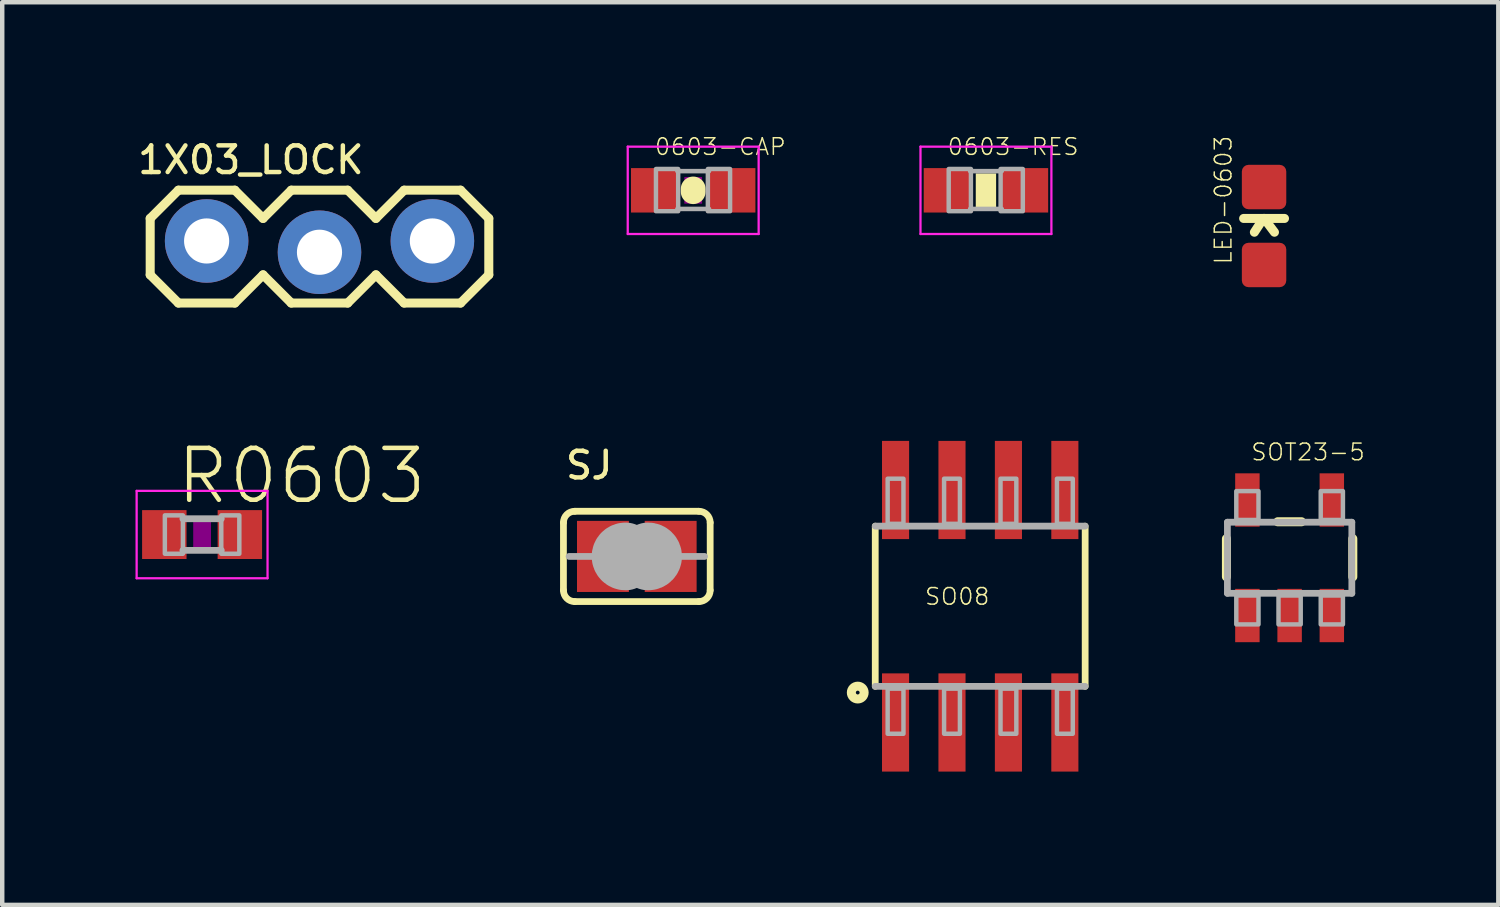
<source format=kicad_pcb>
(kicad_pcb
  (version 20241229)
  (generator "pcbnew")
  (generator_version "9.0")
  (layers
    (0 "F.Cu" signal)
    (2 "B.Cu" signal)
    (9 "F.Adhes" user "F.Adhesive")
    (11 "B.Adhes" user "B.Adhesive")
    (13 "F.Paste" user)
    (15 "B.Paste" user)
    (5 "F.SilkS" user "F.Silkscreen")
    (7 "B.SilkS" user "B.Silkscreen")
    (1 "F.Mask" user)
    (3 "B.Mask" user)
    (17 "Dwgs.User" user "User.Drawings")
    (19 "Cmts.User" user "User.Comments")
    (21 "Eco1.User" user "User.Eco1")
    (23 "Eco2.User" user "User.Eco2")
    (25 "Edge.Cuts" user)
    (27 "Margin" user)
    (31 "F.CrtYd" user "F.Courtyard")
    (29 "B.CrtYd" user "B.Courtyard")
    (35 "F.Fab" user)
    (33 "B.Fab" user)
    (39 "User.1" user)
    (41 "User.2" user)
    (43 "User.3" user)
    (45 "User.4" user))
  (footprint "0603-RES"
    (layer "F.Cu")
    (at 19.138 1.233)
    (property "Reference" "0603-RES" (at -0.889 -0.762 0) (layer "F.SilkS") (effects (font (size 0.374 0.374) (thickness 0.033)) (justify left bottom)))
    (fp_poly (pts (xy -0.229 0.381) (xy 0.229 0.381) (xy 0.229 -0.381) (xy -0.229 -0.381)) (stroke (width 0) (type solid)) (fill yes) (layer "F.SilkS"))
    (fp_poly (pts (xy -0.2 0.3) (xy 0.2 0.3) (xy 0.2 -0.3) (xy -0.2 -0.3)) (stroke (width 0) (type solid)) (fill yes) (layer "F.Adhes"))
    (fp_line (start -1.473 -0.983) (end 1.473 -0.983) (stroke (width 0.051) (type solid)) (layer "F.CrtYd"))
    (fp_line (start -1.473 0.983) (end -1.473 -0.983) (stroke (width 0.051) (type solid)) (layer "F.CrtYd"))
    (fp_line (start 1.473 -0.983) (end 1.473 0.983) (stroke (width 0.051) (type solid)) (layer "F.CrtYd"))
    (fp_line (start 1.473 0.983) (end -1.473 0.983) (stroke (width 0.051) (type solid)) (layer "F.CrtYd"))
    (fp_line (start -0.356 -0.432) (end 0.356 -0.432) (stroke (width 0.102) (type solid)) (layer "F.Fab"))
    (fp_line (start -0.356 0.419) (end 0.356 0.419) (stroke (width 0.102) (type solid)) (layer "F.Fab"))
    (fp_poly (pts (xy -0.838 0.47) (xy -0.338 0.47) (xy -0.338 -0.48) (xy -0.838 -0.48)) (stroke (width 0.1) (type solid)) (fill no) (layer "F.Fab"))
    (fp_poly (pts (xy 0.33 0.47) (xy 0.83 0.47) (xy 0.83 -0.48) (xy 0.33 -0.48)) (stroke (width 0.1) (type solid)) (fill no) (layer "F.Fab"))
    (pad "1" smd rect (at -0.85 0) (size 1.1 1) (layers "F.Cu" "F.Mask" "F.Paste"))
    (pad "2" smd rect (at 0.85 0) (size 1.1 1) (layers "F.Cu" "F.Mask" "F.Paste")))
  (footprint "LED-0603"
    (layer "F.Cu")
    (at 25.397 2.036)
    (property "Reference" "LED-0603" (at -0.699 0.889 90) (layer "F.SilkS") (effects (font (size 0.374 0.374) (thickness 0.033)) (justify left bottom)))
    (fp_line (start -0.46 -0.17) (end 0 -0.17) (stroke (width 0.203) (type solid)) (layer "F.SilkS"))
    (fp_line (start -0.025 -0.155) (end -0.218 0.14) (stroke (width 0.203) (type solid)) (layer "F.SilkS"))
    (fp_line (start 0 -0.17) (end 0.234 0.14) (stroke (width 0.203) (type solid)) (layer "F.SilkS"))
    (fp_line (start 0.46 -0.17) (end 0 -0.17) (stroke (width 0.203) (type solid)) (layer "F.SilkS"))
    (pad "A" smd roundrect (at 0 0.877) (size 1 1) (layers "F.Cu" "F.Mask" "F.Paste") (roundrect_rratio 0.15))
    (pad "C" smd roundrect (at 0 -0.877) (size 1 1) (layers "F.Cu" "F.Mask" "F.Paste") (roundrect_rratio 0.15)))
  (footprint "R0603"
    (layer "F.Cu")
    (at 1.498 8.98)
    (property "Reference" "R0603" (at -0.635 -0.635 0) (layer "F.SilkS") (effects (font (size 1.168 1.168) (thickness 0.102)) (justify left bottom)))
    (fp_poly (pts (xy -0.2 0.4) (xy 0.2 0.4) (xy 0.2 -0.4) (xy -0.2 -0.4)) (stroke (width 0) (type solid)) (fill yes) (layer "F.Adhes"))
    (fp_line (start -1.473 -0.983) (end 1.473 -0.983) (stroke (width 0.051) (type solid)) (layer "F.CrtYd"))
    (fp_line (start -1.473 0.983) (end -1.473 -0.983) (stroke (width 0.051) (type solid)) (layer "F.CrtYd"))
    (fp_line (start 1.473 -0.983) (end 1.473 0.983) (stroke (width 0.051) (type solid)) (layer "F.CrtYd"))
    (fp_line (start 1.473 0.983) (end -1.473 0.983) (stroke (width 0.051) (type solid)) (layer "F.CrtYd"))
    (fp_line (start -0.432 0.356) (end 0.432 0.356) (stroke (width 0.152) (type solid)) (layer "F.Fab"))
    (fp_line (start 0.432 -0.356) (end -0.432 -0.356) (stroke (width 0.152) (type solid)) (layer "F.Fab"))
    (fp_poly (pts (xy -0.838 0.432) (xy -0.432 0.432) (xy -0.432 -0.432) (xy -0.838 -0.432)) (stroke (width 0.1) (type solid)) (fill no) (layer "F.Fab"))
    (fp_poly (pts (xy 0.432 0.432) (xy 0.838 0.432) (xy 0.838 -0.432) (xy 0.432 -0.432)) (stroke (width 0.1) (type solid)) (fill no) (layer "F.Fab"))
    (pad "1" smd rect (at -0.85 0) (size 1 1.1) (layers "F.Cu" "F.Mask" "F.Paste"))
    (pad "2" smd rect (at 0.85 0) (size 1 1.1) (layers "F.Cu" "F.Mask" "F.Paste")))
  (footprint "SJ"
    (layer "F.Cu")
    (at 11.281 9.472)
    (property "Reference" "SJ" (at -1.651 -1.7 0) (layer "F.SilkS") (effects (font (size 0.6 0.6) (thickness 0.1)) (justify left bottom)))
    (fp_poly (pts (xy -0.076 0.914) (xy 0.076 0.914) (xy 0.076 -0.914) (xy -0.076 -0.914)) (stroke (width 0) (type solid)) (fill yes) (layer "F.Mask"))
    (fp_line (start -1.651 0.762) (end -1.651 -0.762) (stroke (width 0.152) (type solid)) (layer "F.SilkS"))
    (fp_line (start -1.397 -1.016) (end 1.397 -1.016) (stroke (width 0.152) (type solid)) (layer "F.SilkS"))
    (fp_line (start 1.397 1.016) (end -1.397 1.016) (stroke (width 0.152) (type solid)) (layer "F.SilkS"))
    (fp_line (start 1.651 0.762) (end 1.651 -0.762) (stroke (width 0.152) (type solid)) (layer "F.SilkS"))
    (fp_arc (start -1.651 -0.762) (mid -1.576605 -0.941605) (end -1.397 -1.016) (stroke (width 0.1524) (type solid)) (layer "F.SilkS"))
    (fp_arc (start -1.397 1.016) (mid -1.576605 0.941605) (end -1.651 0.762) (stroke (width 0.1524) (type solid)) (layer "F.SilkS"))
    (fp_arc (start 1.397 -1.016) (mid 1.576605 -0.941605) (end 1.651 -0.762) (stroke (width 0.1524) (type solid)) (layer "F.SilkS"))
    (fp_arc (start 1.651 0.762) (mid 1.576605 0.941605) (end 1.397 1.016) (stroke (width 0.1524) (type solid)) (layer "F.SilkS"))
    (fp_line (start -1.016 0) (end -1.524 0) (stroke (width 0.152) (type solid)) (layer "F.Fab"))
    (fp_line (start 1.016 0) (end 1.524 0) (stroke (width 0.152) (type solid)) (layer "F.Fab"))
    (fp_arc (start -0.254 0.127) (mid -0.381 0) (end -0.254 -0.127) (stroke (width 1.27) (type solid)) (layer "F.Fab"))
    (fp_arc (start 0.254 -0.127) (mid 0.381 0) (end 0.254 0.127) (stroke (width 1.27) (type solid)) (layer "F.Fab"))
    (pad "1" smd rect (at -0.762 0) (size 1.168 1.6) (layers "F.Cu" "F.Mask" "F.Paste"))
    (pad "2" smd rect (at 0.762 0) (size 1.168 1.6) (layers "F.Cu" "F.Mask" "F.Paste")))
  (footprint "1X03_LOCK"
    (layer "F.Cu")
    (at 1.6 2.5)
    (property "Reference" "1X03_LOCK" (at -1.6 -1.6 0) (layer "F.SilkS") (effects (font (size 0.6 0.6) (thickness 0.1)) (justify left bottom)))
    (fp_line (start -1.27 -0.635) (end -1.27 0.635) (stroke (width 0.203) (type solid)) (layer "F.SilkS"))
    (fp_line (start -1.27 0.635) (end -0.635 1.27) (stroke (width 0.203) (type solid)) (layer "F.SilkS"))
    (fp_line (start -0.635 -1.27) (end -1.27 -0.635) (stroke (width 0.203) (type solid)) (layer "F.SilkS"))
    (fp_line (start -0.635 -1.27) (end 0.635 -1.27) (stroke (width 0.203) (type solid)) (layer "F.SilkS"))
    (fp_line (start 0.635 -1.27) (end 1.27 -0.635) (stroke (width 0.203) (type solid)) (layer "F.SilkS"))
    (fp_line (start 0.635 1.27) (end -0.635 1.27) (stroke (width 0.203) (type solid)) (layer "F.SilkS"))
    (fp_line (start 1.27 -0.635) (end 1.905 -1.27) (stroke (width 0.203) (type solid)) (layer "F.SilkS"))
    (fp_line (start 1.27 0.635) (end 0.635 1.27) (stroke (width 0.203) (type solid)) (layer "F.SilkS"))
    (fp_line (start 1.905 -1.27) (end 3.175 -1.27) (stroke (width 0.203) (type solid)) (layer "F.SilkS"))
    (fp_line (start 1.905 1.27) (end 1.27 0.635) (stroke (width 0.203) (type solid)) (layer "F.SilkS"))
    (fp_line (start 3.175 -1.27) (end 3.81 -0.635) (stroke (width 0.203) (type solid)) (layer "F.SilkS"))
    (fp_line (start 3.175 1.27) (end 1.905 1.27) (stroke (width 0.203) (type solid)) (layer "F.SilkS"))
    (fp_line (start 3.81 -0.635) (end 4.445 -1.27) (stroke (width 0.203) (type solid)) (layer "F.SilkS"))
    (fp_line (start 3.81 0.635) (end 3.175 1.27) (stroke (width 0.203) (type solid)) (layer "F.SilkS"))
    (fp_line (start 4.445 -1.27) (end 5.715 -1.27) (stroke (width 0.203) (type solid)) (layer "F.SilkS"))
    (fp_line (start 4.445 1.27) (end 3.81 0.635) (stroke (width 0.203) (type solid)) (layer "F.SilkS"))
    (fp_line (start 5.715 -1.27) (end 6.35 -0.635) (stroke (width 0.203) (type solid)) (layer "F.SilkS"))
    (fp_line (start 5.715 1.27) (end 4.445 1.27) (stroke (width 0.203) (type solid)) (layer "F.SilkS"))
    (fp_line (start 6.35 -0.635) (end 6.35 0.635) (stroke (width 0.203) (type solid)) (layer "F.SilkS"))
    (fp_line (start 6.35 0.635) (end 5.715 1.27) (stroke (width 0.203) (type solid)) (layer "F.SilkS"))
    (fp_poly (pts (xy -0.254 0.254) (xy 0.254 0.254) (xy 0.254 -0.254) (xy -0.254 -0.254)) (stroke (width 0.1) (type solid)) (fill no) (layer "F.Fab"))
    (fp_poly (pts (xy 2.286 0.254) (xy 2.794 0.254) (xy 2.794 -0.254) (xy 2.286 -0.254)) (stroke (width 0.1) (type solid)) (fill no) (layer "F.Fab"))
    (fp_poly (pts (xy 4.826 0.254) (xy 5.334 0.254) (xy 5.334 -0.254) (xy 4.826 -0.254)) (stroke (width 0.1) (type solid)) (fill no) (layer "F.Fab"))
    (pad "1" thru_hole circle (at 0 -0.127 90) (size 1.88 1.88) (drill 1.016) (layers "*.Cu" "*.Mask"))
    (pad "2" thru_hole circle (at 2.54 0.127 90) (size 1.88 1.88) (drill 1.016) (layers "*.Cu" "*.Mask"))
    (pad "3" thru_hole circle (at 5.08 -0.127 90) (size 1.88 1.88) (drill 1.016) (layers "*.Cu" "*.Mask")))
  (footprint "SO08"
    (layer "F.Cu")
    (at 19.009 10.593)
    (property "Reference" "SO08" (at -1.27 0 0) (layer "F.SilkS") (effects (font (size 0.374 0.374) (thickness 0.033)) (justify left bottom)))
    (fp_line (start -2.362 -1.803) (end -2.362 1.803) (stroke (width 0.152) (type solid)) (layer "F.SilkS"))
    (fp_line (start 2.362 1.803) (end 2.362 -1.803) (stroke (width 0.152) (type solid)) (layer "F.SilkS"))
    (fp_circle (center -2.756 1.943) (end -2.612 1.943) (stroke (width 0.203) (type solid)) (fill no) (layer "F.SilkS"))
    (fp_line (start -2.362 1.803) (end 2.362 1.803) (stroke (width 0.152) (type solid)) (layer "F.Fab"))
    (fp_line (start 2.362 -1.803) (end -2.362 -1.803) (stroke (width 0.152) (type solid)) (layer "F.Fab"))
    (fp_poly (pts (xy -2.083 -1.854) (xy -1.727 -1.854) (xy -1.727 -2.87) (xy -2.083 -2.87)) (stroke (width 0.1) (type solid)) (fill no) (layer "F.Fab"))
    (fp_poly (pts (xy -2.083 2.87) (xy -1.727 2.87) (xy -1.727 1.854) (xy -2.083 1.854)) (stroke (width 0.1) (type solid)) (fill no) (layer "F.Fab"))
    (fp_poly (pts (xy -0.813 -1.854) (xy -0.457 -1.854) (xy -0.457 -2.87) (xy -0.813 -2.87)) (stroke (width 0.1) (type solid)) (fill no) (layer "F.Fab"))
    (fp_poly (pts (xy -0.813 2.87) (xy -0.457 2.87) (xy -0.457 1.854) (xy -0.813 1.854)) (stroke (width 0.1) (type solid)) (fill no) (layer "F.Fab"))
    (fp_poly (pts (xy 0.457 -1.854) (xy 0.813 -1.854) (xy 0.813 -2.87) (xy 0.457 -2.87)) (stroke (width 0.1) (type solid)) (fill no) (layer "F.Fab"))
    (fp_poly (pts (xy 0.457 2.87) (xy 0.813 2.87) (xy 0.813 1.854) (xy 0.457 1.854)) (stroke (width 0.1) (type solid)) (fill no) (layer "F.Fab"))
    (fp_poly (pts (xy 1.727 -1.854) (xy 2.083 -1.854) (xy 2.083 -2.87) (xy 1.727 -2.87)) (stroke (width 0.1) (type solid)) (fill no) (layer "F.Fab"))
    (fp_poly (pts (xy 1.727 2.87) (xy 2.083 2.87) (xy 2.083 1.854) (xy 1.727 1.854)) (stroke (width 0.1) (type solid)) (fill no) (layer "F.Fab"))
    (pad "1" smd rect (at -1.905 2.616) (size 0.61 2.21) (layers "F.Cu" "F.Mask" "F.Paste"))
    (pad "2" smd rect (at -0.635 2.616) (size 0.61 2.21) (layers "F.Cu" "F.Mask" "F.Paste"))
    (pad "3" smd rect (at 0.635 2.616) (size 0.61 2.21) (layers "F.Cu" "F.Mask" "F.Paste"))
    (pad "4" smd rect (at 1.905 2.616) (size 0.61 2.21) (layers "F.Cu" "F.Mask" "F.Paste"))
    (pad "5" smd rect (at 1.905 -2.616) (size 0.61 2.21) (layers "F.Cu" "F.Mask" "F.Paste"))
    (pad "6" smd rect (at 0.635 -2.616) (size 0.61 2.21) (layers "F.Cu" "F.Mask" "F.Paste"))
    (pad "7" smd rect (at -0.635 -2.616) (size 0.61 2.21) (layers "F.Cu" "F.Mask" "F.Paste"))
    (pad "8" smd rect (at -1.905 -2.616) (size 0.61 2.21) (layers "F.Cu" "F.Mask" "F.Paste")))
  (footprint "0603-CAP"
    (layer "F.Cu")
    (at 12.55 1.233)
    (property "Reference" "0603-CAP" (at -0.889 -0.762 0) (layer "F.SilkS") (effects (font (size 0.374 0.374) (thickness 0.033)) (justify left bottom)))
    (fp_line (start 0 -0.03) (end 0 0.03) (stroke (width 0.559) (type solid)) (layer "F.SilkS"))
    (fp_poly (pts (xy -0.2 0.3) (xy 0.2 0.3) (xy 0.2 -0.3) (xy -0.2 -0.3)) (stroke (width 0) (type solid)) (fill yes) (layer "F.Adhes"))
    (fp_line (start -1.473 -0.983) (end 1.473 -0.983) (stroke (width 0.051) (type solid)) (layer "F.CrtYd"))
    (fp_line (start -1.473 0.983) (end -1.473 -0.983) (stroke (width 0.051) (type solid)) (layer "F.CrtYd"))
    (fp_line (start 1.473 -0.983) (end 1.473 0.983) (stroke (width 0.051) (type solid)) (layer "F.CrtYd"))
    (fp_line (start 1.473 0.983) (end -1.473 0.983) (stroke (width 0.051) (type solid)) (layer "F.CrtYd"))
    (fp_line (start -0.356 -0.432) (end 0.356 -0.432) (stroke (width 0.102) (type solid)) (layer "F.Fab"))
    (fp_line (start -0.356 0.419) (end 0.356 0.419) (stroke (width 0.102) (type solid)) (layer "F.Fab"))
    (fp_poly (pts (xy -0.838 0.47) (xy -0.338 0.47) (xy -0.338 -0.48) (xy -0.838 -0.48)) (stroke (width 0.1) (type solid)) (fill no) (layer "F.Fab"))
    (fp_poly (pts (xy 0.33 0.47) (xy 0.83 0.47) (xy 0.83 -0.48) (xy 0.33 -0.48)) (stroke (width 0.1) (type solid)) (fill no) (layer "F.Fab"))
    (pad "1" smd rect (at -0.85 0) (size 1.1 1) (layers "F.Cu" "F.Mask" "F.Paste"))
    (pad "2" smd rect (at 0.85 0) (size 1.1 1) (layers "F.Cu" "F.Mask" "F.Paste")))
  (footprint "SOT23-5"
    (layer "F.Cu")
    (at 25.972 9.502)
    (property "Reference" "SOT23-5" (at -0.889 -2.159 0) (layer "F.SilkS") (effects (font (size 0.374 0.374) (thickness 0.033)) (justify left bottom)))
    (fp_line (start -1.422 0.429) (end -1.422 -0.429) (stroke (width 0.203) (type solid)) (layer "F.SilkS"))
    (fp_line (start -0.268 -0.81) (end 0.268 -0.81) (stroke (width 0.203) (type solid)) (layer "F.SilkS"))
    (fp_line (start 1.422 -0.429) (end 1.422 0.429) (stroke (width 0.203) (type solid)) (layer "F.SilkS"))
    (fp_line (start -1.4 -0.8) (end -1.4 0.8) (stroke (width 0.152) (type solid)) (layer "F.Fab"))
    (fp_line (start -1.4 -0.8) (end 1.4 -0.8) (stroke (width 0.152) (type solid)) (layer "F.Fab"))
    (fp_line (start 1.4 -0.8) (end 1.4 0.8) (stroke (width 0.152) (type solid)) (layer "F.Fab"))
    (fp_line (start 1.4 0.8) (end -1.4 0.8) (stroke (width 0.152) (type solid)) (layer "F.Fab"))
    (fp_poly (pts (xy -1.2 -0.85) (xy -0.7 -0.85) (xy -0.7 -1.5) (xy -1.2 -1.5)) (stroke (width 0.1) (type solid)) (fill no) (layer "F.Fab"))
    (fp_poly (pts (xy -1.2 1.5) (xy -0.7 1.5) (xy -0.7 0.85) (xy -1.2 0.85)) (stroke (width 0.1) (type solid)) (fill no) (layer "F.Fab"))
    (fp_poly (pts (xy -0.25 1.5) (xy 0.25 1.5) (xy 0.25 0.85) (xy -0.25 0.85)) (stroke (width 0.1) (type solid)) (fill no) (layer "F.Fab"))
    (fp_poly (pts (xy 0.7 -0.85) (xy 1.2 -0.85) (xy 1.2 -1.5) (xy 0.7 -1.5)) (stroke (width 0.1) (type solid)) (fill no) (layer "F.Fab"))
    (fp_poly (pts (xy 0.7 1.5) (xy 1.2 1.5) (xy 1.2 0.85) (xy 0.7 0.85)) (stroke (width 0.1) (type solid)) (fill no) (layer "F.Fab"))
    (pad "1" smd rect (at -0.95 1.3) (size 0.55 1.2) (layers "F.Cu" "F.Mask" "F.Paste"))
    (pad "2" smd rect (at 0 1.3) (size 0.55 1.2) (layers "F.Cu" "F.Mask" "F.Paste"))
    (pad "3" smd rect (at 0.95 1.3) (size 0.55 1.2) (layers "F.Cu" "F.Mask" "F.Paste"))
    (pad "4" smd rect (at 0.95 -1.3) (size 0.55 1.2) (layers "F.Cu" "F.Mask" "F.Paste"))
    (pad "5" smd rect (at -0.95 -1.3) (size 0.55 1.2) (layers "F.Cu" "F.Mask" "F.Paste")))
  (gr_rect
    (start -3 -3)
    (end 30.669 17.314)
    (stroke (width 0.1) (type default))
    (fill no)
    (layer "Edge.Cuts")))
</source>
